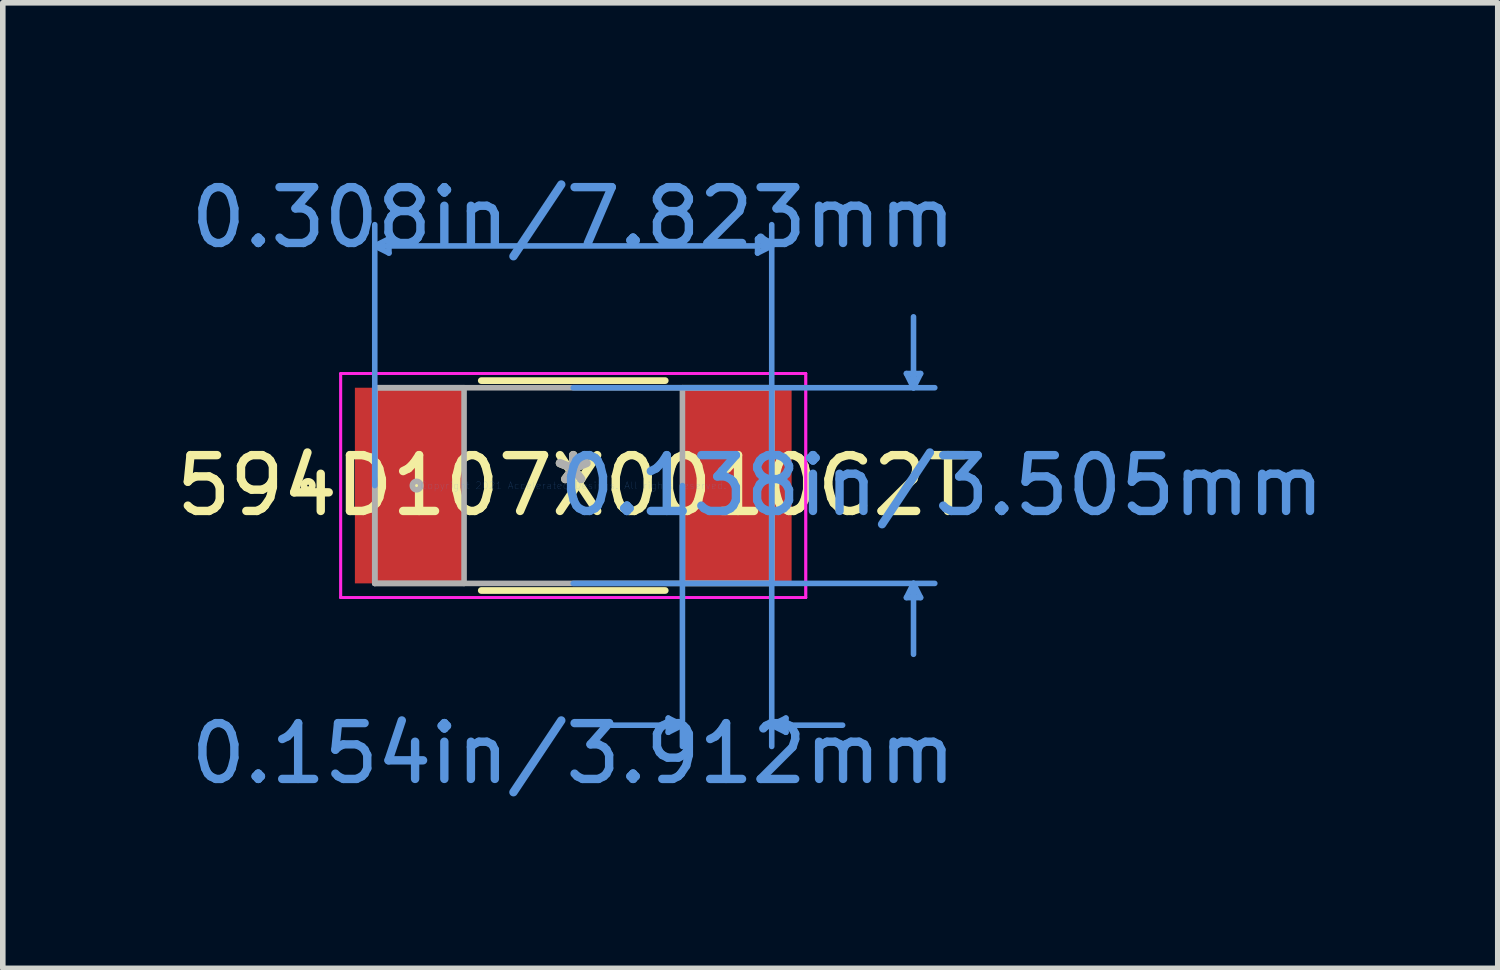
<source format=kicad_pcb>
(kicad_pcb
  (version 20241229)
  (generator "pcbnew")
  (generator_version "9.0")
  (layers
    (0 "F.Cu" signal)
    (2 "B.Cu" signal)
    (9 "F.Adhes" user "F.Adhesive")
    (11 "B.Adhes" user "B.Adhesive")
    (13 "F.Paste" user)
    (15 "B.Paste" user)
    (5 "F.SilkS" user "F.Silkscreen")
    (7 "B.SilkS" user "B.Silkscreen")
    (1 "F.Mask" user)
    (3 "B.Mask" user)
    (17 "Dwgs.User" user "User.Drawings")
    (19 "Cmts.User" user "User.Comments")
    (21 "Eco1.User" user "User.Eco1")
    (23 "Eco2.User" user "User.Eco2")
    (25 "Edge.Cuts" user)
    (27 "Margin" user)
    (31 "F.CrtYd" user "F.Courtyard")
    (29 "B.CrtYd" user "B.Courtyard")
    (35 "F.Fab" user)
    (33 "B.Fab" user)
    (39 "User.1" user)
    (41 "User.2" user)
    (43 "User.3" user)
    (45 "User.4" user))
  (footprint "594D107X0010C2T"
    (layer "F.Cu")
    (at 7.22 5.649)
    (property "Reference" "594D107X0010C2T" (at 0 0 0) (layer "F.SilkS") (effects (font (size 1 1) (thickness 0.15))))
    (attr through_hole)
    (fp_line (start -1.648 1.88) (end 1.648 1.88) (stroke (width 0.12) (type solid)) (layer "F.SilkS"))
    (fp_line (start 1.648 -1.88) (end -1.648 -1.88) (stroke (width 0.12) (type solid)) (layer "F.SilkS"))
    (fp_circle (center -4.75 0) (end -4.674 0) (stroke (width 0.12) (type solid)) (fill no) (layer "F.SilkS"))
    (fp_line (start -3.556 -4.293) (end -3.302 -4.42) (stroke (width 0.1) (type solid)) (layer "Cmts.User"))
    (fp_line (start -3.556 -4.293) (end -3.302 -4.166) (stroke (width 0.1) (type solid)) (layer "Cmts.User"))
    (fp_line (start -3.556 -4.293) (end 3.556 -4.293) (stroke (width 0.1) (type solid)) (layer "Cmts.User"))
    (fp_line (start -3.556 0) (end -3.556 -4.674) (stroke (width 0.1) (type solid)) (layer "Cmts.User"))
    (fp_line (start -3.302 -4.42) (end -3.302 -4.166) (stroke (width 0.1) (type solid)) (layer "Cmts.User"))
    (fp_line (start 0 -1.753) (end 6.477 -1.753) (stroke (width 0.1) (type solid)) (layer "Cmts.User"))
    (fp_line (start 0 1.753) (end 6.477 1.753) (stroke (width 0.1) (type solid)) (layer "Cmts.User"))
    (fp_line (start 1.702 4.166) (end 1.702 4.42) (stroke (width 0.1) (type solid)) (layer "Cmts.User"))
    (fp_line (start 1.956 0) (end 1.956 4.674) (stroke (width 0.1) (type solid)) (layer "Cmts.User"))
    (fp_line (start 1.956 4.293) (end 0.686 4.293) (stroke (width 0.1) (type solid)) (layer "Cmts.User"))
    (fp_line (start 1.956 4.293) (end 1.702 4.166) (stroke (width 0.1) (type solid)) (layer "Cmts.User"))
    (fp_line (start 1.956 4.293) (end 1.702 4.42) (stroke (width 0.1) (type solid)) (layer "Cmts.User"))
    (fp_line (start 3.302 -4.42) (end 3.302 -4.166) (stroke (width 0.1) (type solid)) (layer "Cmts.User"))
    (fp_line (start 3.556 -4.293) (end 3.302 -4.42) (stroke (width 0.1) (type solid)) (layer "Cmts.User"))
    (fp_line (start 3.556 -4.293) (end 3.302 -4.166) (stroke (width 0.1) (type solid)) (layer "Cmts.User"))
    (fp_line (start 3.556 0) (end 3.556 -4.674) (stroke (width 0.1) (type solid)) (layer "Cmts.User"))
    (fp_line (start 3.556 0) (end 3.556 4.674) (stroke (width 0.1) (type solid)) (layer "Cmts.User"))
    (fp_line (start 3.556 4.293) (end 3.81 4.166) (stroke (width 0.1) (type solid)) (layer "Cmts.User"))
    (fp_line (start 3.556 4.293) (end 3.81 4.42) (stroke (width 0.1) (type solid)) (layer "Cmts.User"))
    (fp_line (start 3.556 4.293) (end 4.826 4.293) (stroke (width 0.1) (type solid)) (layer "Cmts.User"))
    (fp_line (start 3.81 4.166) (end 3.81 4.42) (stroke (width 0.1) (type solid)) (layer "Cmts.User"))
    (fp_line (start 5.969 -2.007) (end 6.223 -2.007) (stroke (width 0.1) (type solid)) (layer "Cmts.User"))
    (fp_line (start 5.969 2.007) (end 6.223 2.007) (stroke (width 0.1) (type solid)) (layer "Cmts.User"))
    (fp_line (start 6.096 -1.753) (end 5.969 -2.007) (stroke (width 0.1) (type solid)) (layer "Cmts.User"))
    (fp_line (start 6.096 -1.753) (end 6.096 -3.023) (stroke (width 0.1) (type solid)) (layer "Cmts.User"))
    (fp_line (start 6.096 -1.753) (end 6.223 -2.007) (stroke (width 0.1) (type solid)) (layer "Cmts.User"))
    (fp_line (start 6.096 1.753) (end 5.969 2.007) (stroke (width 0.1) (type solid)) (layer "Cmts.User"))
    (fp_line (start 6.096 1.753) (end 6.096 3.023) (stroke (width 0.1) (type solid)) (layer "Cmts.User"))
    (fp_line (start 6.096 1.753) (end 6.223 2.007) (stroke (width 0.1) (type solid)) (layer "Cmts.User"))
    (fp_line (start -4.166 -2.007) (end 4.166 -2.007) (stroke (width 0.05) (type solid)) (layer "F.CrtYd"))
    (fp_line (start -4.166 -2.007) (end 4.166 -2.007) (stroke (width 0.05) (type solid)) (layer "F.CrtYd"))
    (fp_line (start -4.166 2.007) (end -4.166 -2.007) (stroke (width 0.05) (type solid)) (layer "F.CrtYd"))
    (fp_line (start -4.166 2.007) (end -4.166 -2.007) (stroke (width 0.05) (type solid)) (layer "F.CrtYd"))
    (fp_line (start 4.166 -2.007) (end 4.166 2.007) (stroke (width 0.05) (type solid)) (layer "F.CrtYd"))
    (fp_line (start 4.166 -2.007) (end 4.166 2.007) (stroke (width 0.05) (type solid)) (layer "F.CrtYd"))
    (fp_line (start 4.166 2.007) (end -4.166 2.007) (stroke (width 0.05) (type solid)) (layer "F.CrtYd"))
    (fp_line (start 4.166 2.007) (end -4.166 2.007) (stroke (width 0.05) (type solid)) (layer "F.CrtYd"))
    (fp_line (start -3.556 -1.753) (end -3.556 1.753) (stroke (width 0.1) (type solid)) (layer "F.Fab"))
    (fp_line (start -3.556 -1.753) (end -3.556 1.753) (stroke (width 0.1) (type solid)) (layer "F.Fab"))
    (fp_line (start -3.556 1.753) (end -1.956 1.753) (stroke (width 0.1) (type solid)) (layer "F.Fab"))
    (fp_line (start -3.556 1.753) (end 3.556 1.753) (stroke (width 0.1) (type solid)) (layer "F.Fab"))
    (fp_line (start -1.956 -1.753) (end -3.556 -1.753) (stroke (width 0.1) (type solid)) (layer "F.Fab"))
    (fp_line (start -1.956 1.753) (end -1.956 -1.753) (stroke (width 0.1) (type solid)) (layer "F.Fab"))
    (fp_line (start 1.956 -1.753) (end 1.956 1.753) (stroke (width 0.1) (type solid)) (layer "F.Fab"))
    (fp_line (start 1.956 1.753) (end 3.556 1.753) (stroke (width 0.1) (type solid)) (layer "F.Fab"))
    (fp_line (start 3.556 -1.753) (end -3.556 -1.753) (stroke (width 0.1) (type solid)) (layer "F.Fab"))
    (fp_line (start 3.556 -1.753) (end 1.956 -1.753) (stroke (width 0.1) (type solid)) (layer "F.Fab"))
    (fp_line (start 3.556 1.753) (end 3.556 -1.753) (stroke (width 0.1) (type solid)) (layer "F.Fab"))
    (fp_line (start 3.556 1.753) (end 3.556 -1.753) (stroke (width 0.1) (type solid)) (layer "F.Fab"))
    (fp_circle (center -2.807 0) (end -2.731 0) (stroke (width 0.1) (type solid)) (fill no) (layer "F.Fab"))
    (fp_text user "*" (at 0 0 0) (layer "F.SilkS") (effects (font (size 1 1) (thickness 0.15))))
    (fp_text user "Copyright 2021 Accelerated Designs. All rights reserved." (at 0 0 0) (layer "Cmts.User") (effects (font (size 0.127 0.127) (thickness 0.002))))
    (fp_text user "0.138in/3.505mm" (at 6.604 0 0) (layer "Cmts.User") (effects (font (size 1 1) (thickness 0.15))))
    (fp_text user "0.154in/3.912mm" (at 0 4.801 0) (layer "Cmts.User") (effects (font (size 1 1) (thickness 0.15))))
    (fp_text user "0.308in/7.823mm" (at 0 -4.801 0) (layer "Cmts.User") (effects (font (size 1 1) (thickness 0.15))))
    (fp_text user "*" (at 0 0 0) (layer "F.Fab") (effects (font (size 1 1) (thickness 0.15))))
    (pad "1" smd rect (at -2.934 0) (size 1.956 3.505) (layers "F.Cu" "F.Mask" "F.Paste"))
    (pad "2" smd rect (at 2.934 0) (size 1.956 3.505) (layers "F.Cu" "F.Mask" "F.Paste")))
  (gr_rect
    (start -3 -3)
    (end 23.783 14.298)
    (stroke (width 0.1) (type default))
    (fill no)
    (layer "Edge.Cuts")))
</source>
